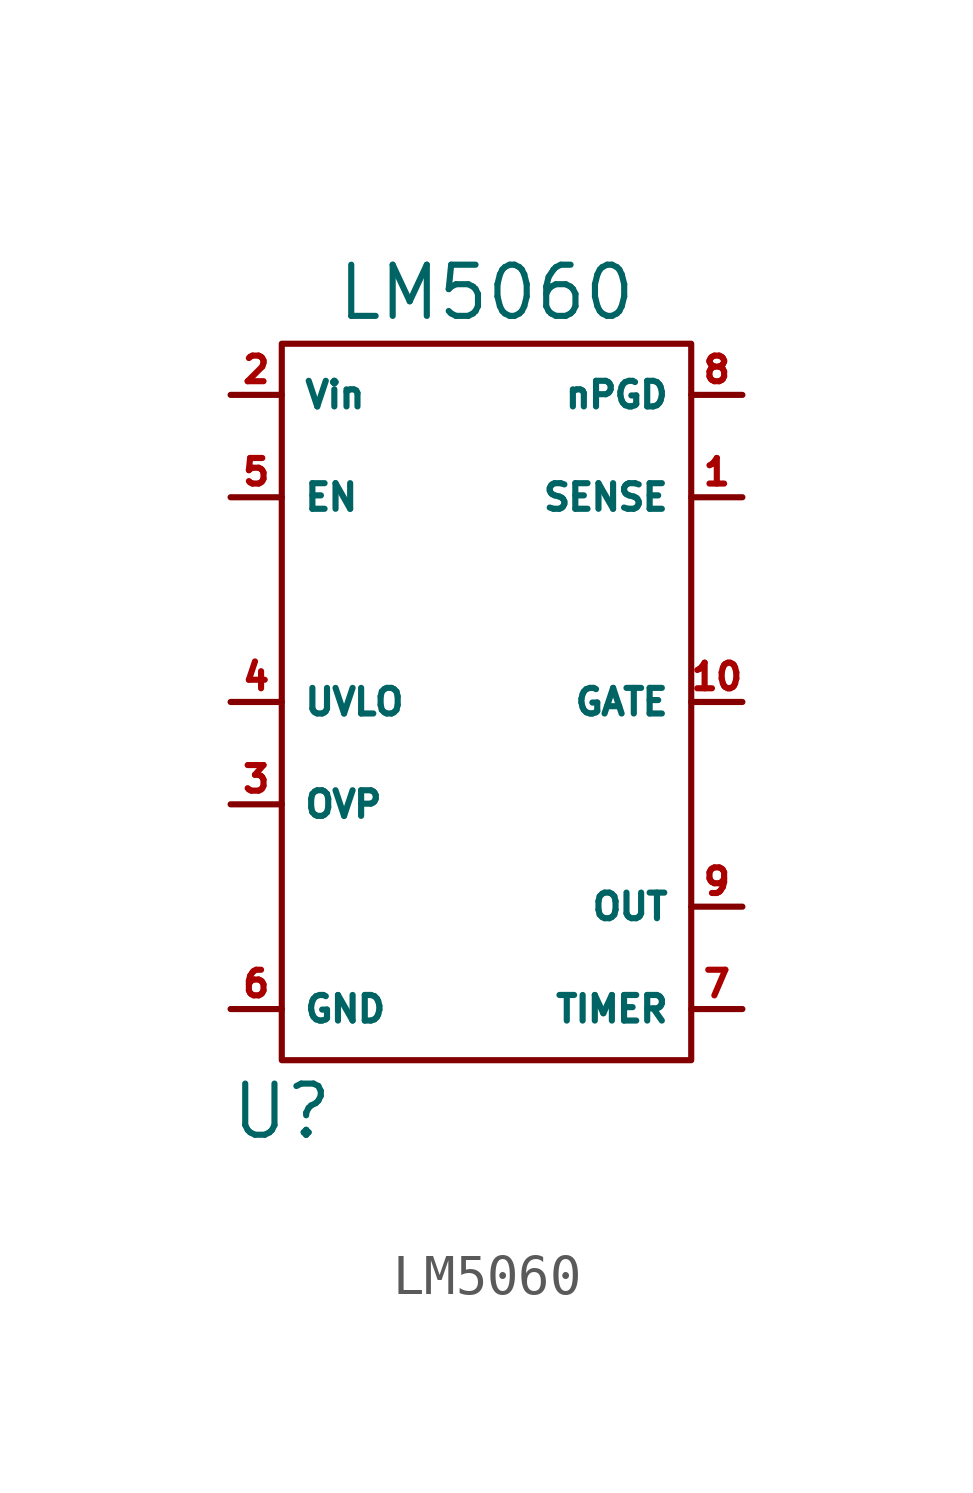
<source format=kicad_sym>
(kicad_symbol_lib
  (version 20211014)
  (generator kicad_symbol_editor)
  (symbol "LM5060"
    (property "Reference" "U"
      (at -5.08 -10.16 0)
      (effects (font (size 1.27 1.27))))
    (property "Value" "LM5060"
      (at 0 10.16 0)
      (effects (font (size 1.27 1.27))))
    (symbol "LM5060_0_1"
      (rectangle (start -5.08 8.89) (end 5.08 -8.89) (stroke (width 0.152) (type default) (color 0 0 0 0)) (fill (type none))))
    (symbol "LM5060_1_1"
      (pin input line (at 6.35 5.08 180) (length 1.27) (name "SENSE" (effects (font (size 0.635 0.635)))) (number "1" (effects (font (size 0.635 0.635)))))
      (pin output line (at 6.35 0 180) (length 1.27) (name "GATE" (effects (font (size 0.635 0.635)))) (number "10" (effects (font (size 0.635 0.635)))))
      (pin power_in line (at -6.35 7.62 0) (length 1.27) (name "Vin" (effects (font (size 0.635 0.635)))) (number "2" (effects (font (size 0.635 0.635)))))
      (pin input line (at -6.35 -2.54 0) (length 1.27) (name "OVP" (effects (font (size 0.635 0.635)))) (number "3" (effects (font (size 0.635 0.635)))))
      (pin input line (at -6.35 0 0) (length 1.27) (name "UVLO" (effects (font (size 0.635 0.635)))) (number "4" (effects (font (size 0.635 0.635)))))
      (pin input line (at -6.35 5.08 0) (length 1.27) (name "EN" (effects (font (size 0.635 0.635)))) (number "5" (effects (font (size 0.635 0.635)))))
      (pin power_in line (at -6.35 -7.62 0) (length 1.27) (name "GND" (effects (font (size 0.635 0.635)))) (number "6" (effects (font (size 0.635 0.635)))))
      (pin bidirectional line (at 6.35 -7.62 180) (length 1.27) (name "TIMER" (effects (font (size 0.635 0.635)))) (number "7" (effects (font (size 0.635 0.635)))))
      (pin output line (at 6.35 7.62 180) (length 1.27) (name "nPGD" (effects (font (size 0.635 0.635)))) (number "8" (effects (font (size 0.635 0.635)))))
      (pin input line (at 6.35 -5.08 180) (length 1.27) (name "OUT" (effects (font (size 0.635 0.635)))) (number "9" (effects (font (size 0.635 0.635))))))))
</source>
